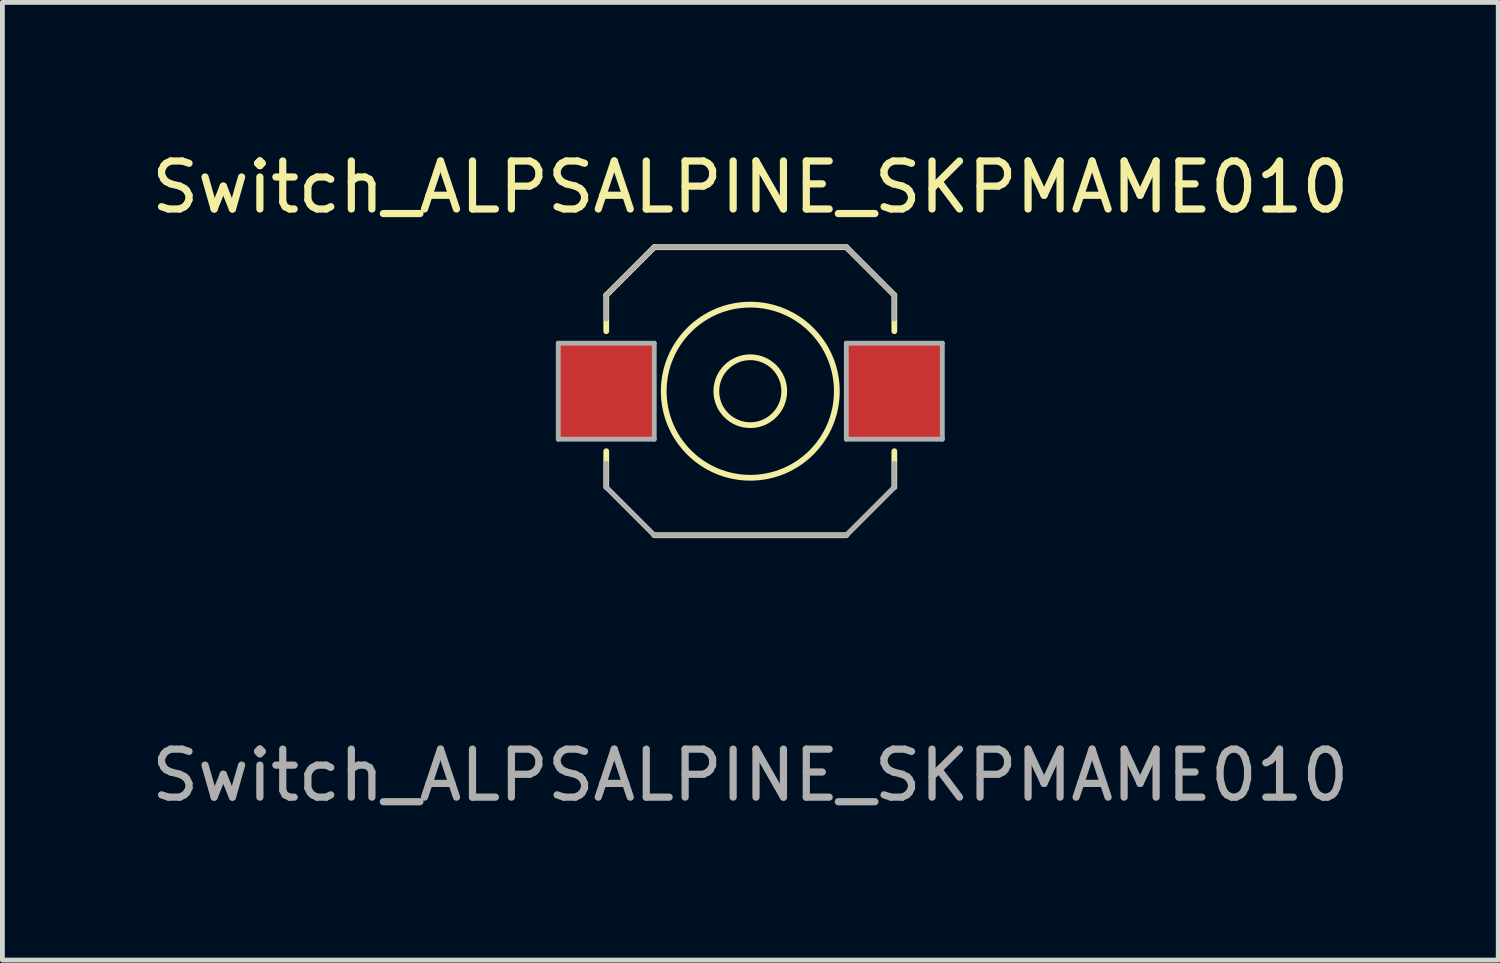
<source format=kicad_pcb>
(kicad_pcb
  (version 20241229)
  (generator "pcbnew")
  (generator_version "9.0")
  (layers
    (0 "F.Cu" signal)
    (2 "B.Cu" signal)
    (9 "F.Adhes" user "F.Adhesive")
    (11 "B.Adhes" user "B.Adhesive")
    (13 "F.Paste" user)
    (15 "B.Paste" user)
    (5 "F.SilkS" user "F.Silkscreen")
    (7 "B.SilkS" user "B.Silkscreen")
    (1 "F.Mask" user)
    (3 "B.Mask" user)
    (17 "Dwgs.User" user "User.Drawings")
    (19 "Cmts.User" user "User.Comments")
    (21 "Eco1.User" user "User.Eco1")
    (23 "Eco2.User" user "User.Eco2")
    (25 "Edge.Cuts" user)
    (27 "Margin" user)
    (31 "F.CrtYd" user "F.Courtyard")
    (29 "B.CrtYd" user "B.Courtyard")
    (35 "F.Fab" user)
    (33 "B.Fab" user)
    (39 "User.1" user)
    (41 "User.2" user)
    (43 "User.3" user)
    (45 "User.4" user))
  (footprint "Switch_ALPSALPINE_SKPMAME010"
    (layer "F.Cu")
    (at 12.577 5.098)
    (property "Reference" "Switch_ALPSALPINE_SKPMAME010" (at 0 -4.25 0) (unlocked yes) (layer "F.SilkS") (effects (font (size 1 1) (thickness 0.15))))
    (attr smd)
    (fp_line (start -3 -2) (end -3 -1.25) (stroke (width 0.12) (type solid)) (layer "F.SilkS"))
    (fp_line (start -3 1.25) (end -3 2) (stroke (width 0.12) (type solid)) (layer "F.SilkS"))
    (fp_line (start -2 -3) (end -3 -2) (stroke (width 0.12) (type default)) (layer "F.SilkS"))
    (fp_line (start -2 3) (end -3 2) (stroke (width 0.1) (type default)) (layer "F.SilkS"))
    (fp_line (start -2 3) (end 2 3) (stroke (width 0.12) (type solid)) (layer "F.SilkS"))
    (fp_line (start 2 -3) (end -2 -3) (stroke (width 0.12) (type solid)) (layer "F.SilkS"))
    (fp_line (start 2 -3) (end 3 -2) (stroke (width 0.12) (type default)) (layer "F.SilkS"))
    (fp_line (start 3 -1.25) (end 3 -2) (stroke (width 0.12) (type solid)) (layer "F.SilkS"))
    (fp_line (start 3 2) (end 2 3) (stroke (width 0.1) (type default)) (layer "F.SilkS"))
    (fp_line (start 3 2) (end 3 1.25) (stroke (width 0.12) (type solid)) (layer "F.SilkS"))
    (fp_circle (center 0 0) (end 0.5 -0.5) (stroke (width 0.12) (type solid)) (fill no) (layer "F.SilkS"))
    (fp_circle (center 0 0) (end 1 -1.5) (stroke (width 0.12) (type solid)) (fill no) (layer "F.SilkS"))
    (fp_line (start -4 -1) (end -2 -1) (stroke (width 0.1) (type default)) (layer "F.Fab"))
    (fp_line (start -4 1) (end -4 -1) (stroke (width 0.1) (type default)) (layer "F.Fab"))
    (fp_line (start -3 -2) (end -3 -1.5) (stroke (width 0.1) (type default)) (layer "F.Fab"))
    (fp_line (start -3 2) (end -3 1.5) (stroke (width 0.1) (type default)) (layer "F.Fab"))
    (fp_line (start -3 2) (end -2 3) (stroke (width 0.1) (type default)) (layer "F.Fab"))
    (fp_line (start -2 -3) (end -3 -2) (stroke (width 0.1) (type default)) (layer "F.Fab"))
    (fp_line (start -2 -1) (end -2 1) (stroke (width 0.1) (type default)) (layer "F.Fab"))
    (fp_line (start -2 1) (end -4 1) (stroke (width 0.1) (type default)) (layer "F.Fab"))
    (fp_line (start -2 3) (end 2 3) (stroke (width 0.1) (type default)) (layer "F.Fab"))
    (fp_line (start 2 -3) (end -2 -3) (stroke (width 0.1) (type default)) (layer "F.Fab"))
    (fp_line (start 2 -1) (end 2 1) (stroke (width 0.1) (type default)) (layer "F.Fab"))
    (fp_line (start 2 1) (end 4 1) (stroke (width 0.1) (type default)) (layer "F.Fab"))
    (fp_line (start 2 3) (end 3 2) (stroke (width 0.1) (type default)) (layer "F.Fab"))
    (fp_line (start 3 -2) (end 2 -3) (stroke (width 0.1) (type default)) (layer "F.Fab"))
    (fp_line (start 3 -2) (end 3 -1.5) (stroke (width 0.1) (type default)) (layer "F.Fab"))
    (fp_line (start 3 2) (end 3 1.5) (stroke (width 0.1) (type default)) (layer "F.Fab"))
    (fp_line (start 4 -1) (end 2 -1) (stroke (width 0.1) (type default)) (layer "F.Fab"))
    (fp_line (start 4 1) (end 4 -1) (stroke (width 0.1) (type default)) (layer "F.Fab"))
    (fp_text user "${REFERENCE}" (at 0 8 0) (unlocked yes) (layer "F.Fab") (effects (font (size 1 1) (thickness 0.15))))
    (pad "1" smd rect (at -3 0) (size 2 2) (layers "F.Cu" "F.Mask" "F.Paste"))
    (pad "2" smd rect (at 3 0) (size 2 2) (layers "F.Cu" "F.Mask" "F.Paste")))
  (gr_rect
    (start -3 -3)
    (end 28.155 16.947)
    (stroke (width 0.1) (type default))
    (fill no)
    (layer "Edge.Cuts")))
</source>
